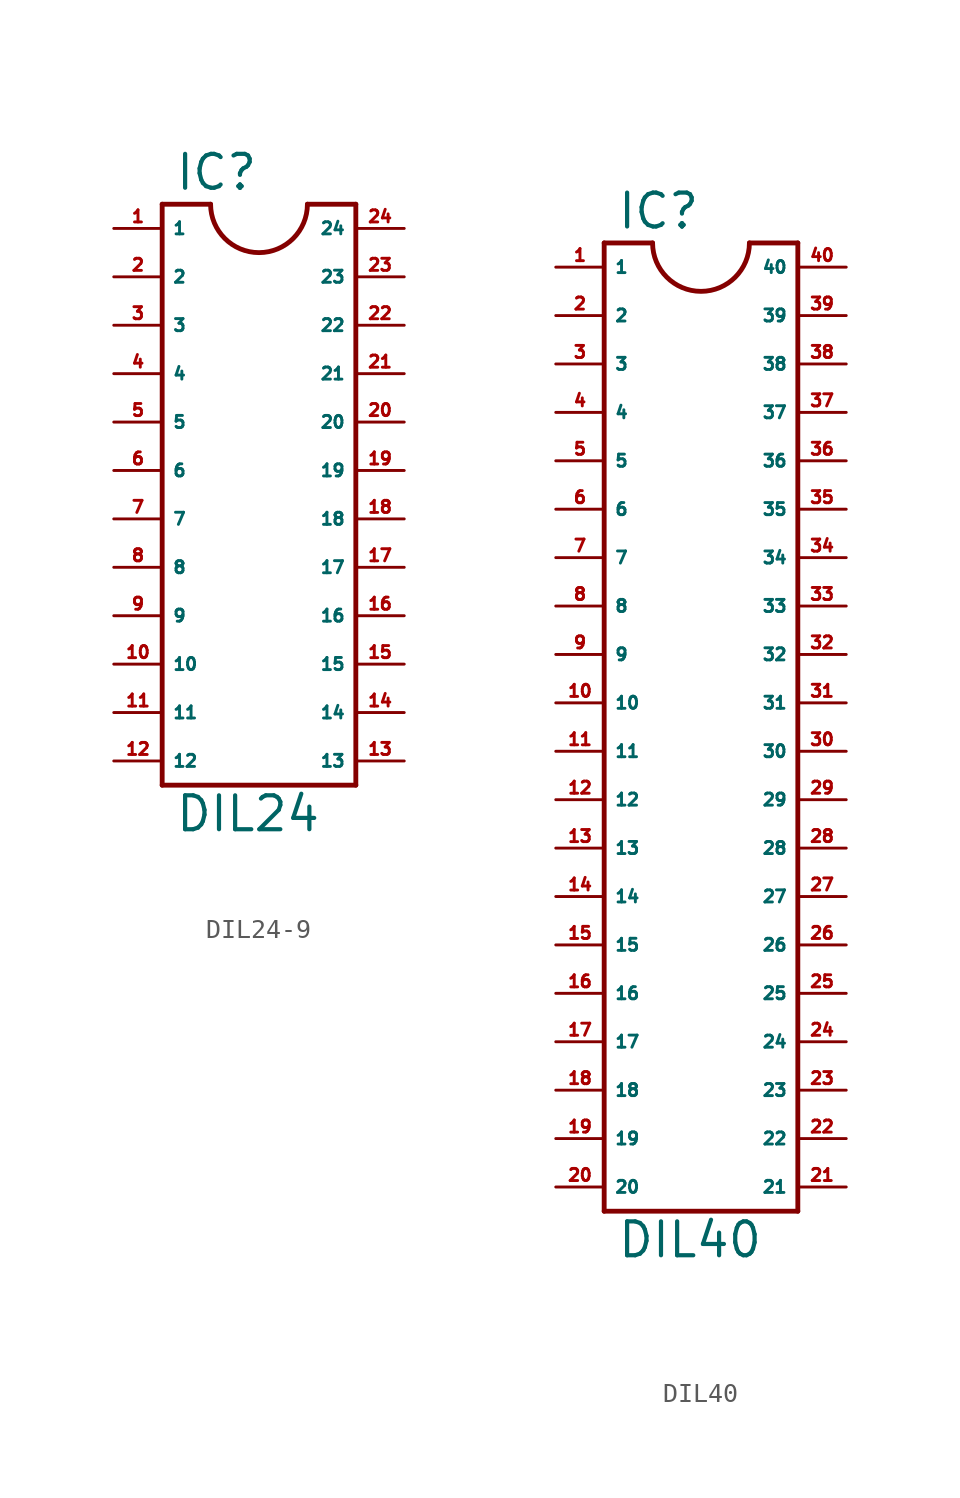
<source format=kicad_sym>
(kicad_symbol_lib
  (version 20220914)
  (generator Eagle2Kicad)
  (symbol "DIL24-9"
    (property "Reference" "IC"
      (at -4.445 17.145 0)
      (effects (font (size 1.778 1.778) (thickness 0.22)) (justify left bottom)))
    (property "Value" "DIL24"
      (at -4.445 -16.51 0)
      (effects (font (size 1.778 1.778) (thickness 0.22)) (justify left bottom)))
    (polyline
      (pts (xy -5.08 16.51) (xy -5.08 -13.97))
      (stroke (width 0.254) (type default))
      (fill (type none)))
    (polyline
      (pts (xy -5.08 -13.97) (xy 5.08 -13.97))
      (stroke (width 0.254) (type default))
      (fill (type none)))
    (polyline
      (pts (xy 5.08 -13.97) (xy 5.08 16.51))
      (stroke (width 0.254) (type default))
      (fill (type none)))
    (polyline
      (pts (xy 5.08 16.51) (xy 2.54 16.51))
      (stroke (width 0.254) (type default))
      (fill (type none)))
    (polyline
      (pts (xy -5.08 16.51) (xy -2.54 16.51))
      (stroke (width 0.254) (type default))
      (fill (type none)))
    (arc
      (start -2.54 16.51)
      (mid 0.000 13.970)
      (end 2.54 16.51)
      (stroke (width 0.254) (type default))
      (fill (type none)))
    (pin passive line
      (at -7.62 15.24 0)
      (length 2.54)
      (name "1" (effects (font (size 0.635 0.635) (thickness 0.08)) (justify left bottom)))
      (number "1" (effects (font (size 0.635 0.635) (thickness 0.08)) (justify left bottom))))
    (pin passive line
      (at -7.62 12.7 0)
      (length 2.54)
      (name "2" (effects (font (size 0.635 0.635) (thickness 0.08)) (justify left bottom)))
      (number "2" (effects (font (size 0.635 0.635) (thickness 0.08)) (justify left bottom))))
    (pin passive line
      (at -7.62 10.16 0)
      (length 2.54)
      (name "3" (effects (font (size 0.635 0.635) (thickness 0.08)) (justify left bottom)))
      (number "3" (effects (font (size 0.635 0.635) (thickness 0.08)) (justify left bottom))))
    (pin passive line
      (at -7.62 7.62 0)
      (length 2.54)
      (name "4" (effects (font (size 0.635 0.635) (thickness 0.08)) (justify left bottom)))
      (number "4" (effects (font (size 0.635 0.635) (thickness 0.08)) (justify left bottom))))
    (pin passive line
      (at -7.62 5.08 0)
      (length 2.54)
      (name "5" (effects (font (size 0.635 0.635) (thickness 0.08)) (justify left bottom)))
      (number "5" (effects (font (size 0.635 0.635) (thickness 0.08)) (justify left bottom))))
    (pin passive line
      (at -7.62 2.54 0)
      (length 2.54)
      (name "6" (effects (font (size 0.635 0.635) (thickness 0.08)) (justify left bottom)))
      (number "6" (effects (font (size 0.635 0.635) (thickness 0.08)) (justify left bottom))))
    (pin passive line
      (at -7.62 0 0)
      (length 2.54)
      (name "7" (effects (font (size 0.635 0.635) (thickness 0.08)) (justify left bottom)))
      (number "7" (effects (font (size 0.635 0.635) (thickness 0.08)) (justify left bottom))))
    (pin passive line
      (at -7.62 -2.54 0)
      (length 2.54)
      (name "8" (effects (font (size 0.635 0.635) (thickness 0.08)) (justify left bottom)))
      (number "8" (effects (font (size 0.635 0.635) (thickness 0.08)) (justify left bottom))))
    (pin passive line
      (at -7.62 -5.08 0)
      (length 2.54)
      (name "9" (effects (font (size 0.635 0.635) (thickness 0.08)) (justify left bottom)))
      (number "9" (effects (font (size 0.635 0.635) (thickness 0.08)) (justify left bottom))))
    (pin passive line
      (at -7.62 -7.62 0)
      (length 2.54)
      (name "10" (effects (font (size 0.635 0.635) (thickness 0.08)) (justify left bottom)))
      (number "10" (effects (font (size 0.635 0.635) (thickness 0.08)) (justify left bottom))))
    (pin passive line
      (at -7.62 -10.16 0)
      (length 2.54)
      (name "11" (effects (font (size 0.635 0.635) (thickness 0.08)) (justify left bottom)))
      (number "11" (effects (font (size 0.635 0.635) (thickness 0.08)) (justify left bottom))))
    (pin passive line
      (at -7.62 -12.7 0)
      (length 2.54)
      (name "12" (effects (font (size 0.635 0.635) (thickness 0.08)) (justify left bottom)))
      (number "12" (effects (font (size 0.635 0.635) (thickness 0.08)) (justify left bottom))))
    (pin passive line
      (at 7.62 -12.7 180)
      (length 2.54)
      (name "13" (effects (font (size 0.635 0.635) (thickness 0.08)) (justify left bottom)))
      (number "13" (effects (font (size 0.635 0.635) (thickness 0.08)) (justify left bottom))))
    (pin passive line
      (at 7.62 -10.16 180)
      (length 2.54)
      (name "14" (effects (font (size 0.635 0.635) (thickness 0.08)) (justify left bottom)))
      (number "14" (effects (font (size 0.635 0.635) (thickness 0.08)) (justify left bottom))))
    (pin passive line
      (at 7.62 -7.62 180)
      (length 2.54)
      (name "15" (effects (font (size 0.635 0.635) (thickness 0.08)) (justify left bottom)))
      (number "15" (effects (font (size 0.635 0.635) (thickness 0.08)) (justify left bottom))))
    (pin passive line
      (at 7.62 -5.08 180)
      (length 2.54)
      (name "16" (effects (font (size 0.635 0.635) (thickness 0.08)) (justify left bottom)))
      (number "16" (effects (font (size 0.635 0.635) (thickness 0.08)) (justify left bottom))))
    (pin passive line
      (at 7.62 -2.54 180)
      (length 2.54)
      (name "17" (effects (font (size 0.635 0.635) (thickness 0.08)) (justify left bottom)))
      (number "17" (effects (font (size 0.635 0.635) (thickness 0.08)) (justify left bottom))))
    (pin passive line
      (at 7.62 0 180)
      (length 2.54)
      (name "18" (effects (font (size 0.635 0.635) (thickness 0.08)) (justify left bottom)))
      (number "18" (effects (font (size 0.635 0.635) (thickness 0.08)) (justify left bottom))))
    (pin passive line
      (at 7.62 2.54 180)
      (length 2.54)
      (name "19" (effects (font (size 0.635 0.635) (thickness 0.08)) (justify left bottom)))
      (number "19" (effects (font (size 0.635 0.635) (thickness 0.08)) (justify left bottom))))
    (pin passive line
      (at 7.62 5.08 180)
      (length 2.54)
      (name "20" (effects (font (size 0.635 0.635) (thickness 0.08)) (justify left bottom)))
      (number "20" (effects (font (size 0.635 0.635) (thickness 0.08)) (justify left bottom))))
    (pin passive line
      (at 7.62 7.62 180)
      (length 2.54)
      (name "21" (effects (font (size 0.635 0.635) (thickness 0.08)) (justify left bottom)))
      (number "21" (effects (font (size 0.635 0.635) (thickness 0.08)) (justify left bottom))))
    (pin passive line
      (at 7.62 10.16 180)
      (length 2.54)
      (name "22" (effects (font (size 0.635 0.635) (thickness 0.08)) (justify left bottom)))
      (number "22" (effects (font (size 0.635 0.635) (thickness 0.08)) (justify left bottom))))
    (pin passive line
      (at 7.62 12.7 180)
      (length 2.54)
      (name "23" (effects (font (size 0.635 0.635) (thickness 0.08)) (justify left bottom)))
      (number "23" (effects (font (size 0.635 0.635) (thickness 0.08)) (justify left bottom))))
    (pin passive line
      (at 7.62 15.24 180)
      (length 2.54)
      (name "24" (effects (font (size 0.635 0.635) (thickness 0.08)) (justify left bottom)))
      (number "24" (effects (font (size 0.635 0.635) (thickness 0.08)) (justify left bottom)))))
  (symbol "DIL40"
    (property "Reference" "IC"
      (at -4.445 24.765 0)
      (effects (font (size 1.778 1.778) (thickness 0.22)) (justify left bottom)))
    (property "Value" "DIL40"
      (at -4.445 -29.21 0)
      (effects (font (size 1.778 1.778) (thickness 0.22)) (justify left bottom)))
    (polyline
      (pts (xy -5.08 24.13) (xy -5.08 -26.67))
      (stroke (width 0.254) (type default))
      (fill (type none)))
    (polyline
      (pts (xy -5.08 -26.67) (xy 5.08 -26.67))
      (stroke (width 0.254) (type default))
      (fill (type none)))
    (polyline
      (pts (xy 5.08 -26.67) (xy 5.08 24.13))
      (stroke (width 0.254) (type default))
      (fill (type none)))
    (polyline
      (pts (xy 5.08 24.13) (xy 2.54 24.13))
      (stroke (width 0.254) (type default))
      (fill (type none)))
    (polyline
      (pts (xy -5.08 24.13) (xy -2.54 24.13))
      (stroke (width 0.254) (type default))
      (fill (type none)))
    (arc
      (start -2.54 24.13)
      (mid 0.000 21.590)
      (end 2.54 24.13)
      (stroke (width 0.254) (type default))
      (fill (type none)))
    (pin passive line
      (at -7.62 22.86 0)
      (length 2.54)
      (name "1" (effects (font (size 0.635 0.635) (thickness 0.08)) (justify left bottom)))
      (number "1" (effects (font (size 0.635 0.635) (thickness 0.08)) (justify left bottom))))
    (pin passive line
      (at -7.62 20.32 0)
      (length 2.54)
      (name "2" (effects (font (size 0.635 0.635) (thickness 0.08)) (justify left bottom)))
      (number "2" (effects (font (size 0.635 0.635) (thickness 0.08)) (justify left bottom))))
    (pin passive line
      (at -7.62 17.78 0)
      (length 2.54)
      (name "3" (effects (font (size 0.635 0.635) (thickness 0.08)) (justify left bottom)))
      (number "3" (effects (font (size 0.635 0.635) (thickness 0.08)) (justify left bottom))))
    (pin passive line
      (at -7.62 15.24 0)
      (length 2.54)
      (name "4" (effects (font (size 0.635 0.635) (thickness 0.08)) (justify left bottom)))
      (number "4" (effects (font (size 0.635 0.635) (thickness 0.08)) (justify left bottom))))
    (pin passive line
      (at -7.62 12.7 0)
      (length 2.54)
      (name "5" (effects (font (size 0.635 0.635) (thickness 0.08)) (justify left bottom)))
      (number "5" (effects (font (size 0.635 0.635) (thickness 0.08)) (justify left bottom))))
    (pin passive line
      (at -7.62 10.16 0)
      (length 2.54)
      (name "6" (effects (font (size 0.635 0.635) (thickness 0.08)) (justify left bottom)))
      (number "6" (effects (font (size 0.635 0.635) (thickness 0.08)) (justify left bottom))))
    (pin passive line
      (at -7.62 7.62 0)
      (length 2.54)
      (name "7" (effects (font (size 0.635 0.635) (thickness 0.08)) (justify left bottom)))
      (number "7" (effects (font (size 0.635 0.635) (thickness 0.08)) (justify left bottom))))
    (pin passive line
      (at -7.62 5.08 0)
      (length 2.54)
      (name "8" (effects (font (size 0.635 0.635) (thickness 0.08)) (justify left bottom)))
      (number "8" (effects (font (size 0.635 0.635) (thickness 0.08)) (justify left bottom))))
    (pin passive line
      (at -7.62 2.54 0)
      (length 2.54)
      (name "9" (effects (font (size 0.635 0.635) (thickness 0.08)) (justify left bottom)))
      (number "9" (effects (font (size 0.635 0.635) (thickness 0.08)) (justify left bottom))))
    (pin passive line
      (at -7.62 0 0)
      (length 2.54)
      (name "10" (effects (font (size 0.635 0.635) (thickness 0.08)) (justify left bottom)))
      (number "10" (effects (font (size 0.635 0.635) (thickness 0.08)) (justify left bottom))))
    (pin passive line
      (at -7.62 -2.54 0)
      (length 2.54)
      (name "11" (effects (font (size 0.635 0.635) (thickness 0.08)) (justify left bottom)))
      (number "11" (effects (font (size 0.635 0.635) (thickness 0.08)) (justify left bottom))))
    (pin passive line
      (at -7.62 -5.08 0)
      (length 2.54)
      (name "12" (effects (font (size 0.635 0.635) (thickness 0.08)) (justify left bottom)))
      (number "12" (effects (font (size 0.635 0.635) (thickness 0.08)) (justify left bottom))))
    (pin passive line
      (at -7.62 -7.62 0)
      (length 2.54)
      (name "13" (effects (font (size 0.635 0.635) (thickness 0.08)) (justify left bottom)))
      (number "13" (effects (font (size 0.635 0.635) (thickness 0.08)) (justify left bottom))))
    (pin passive line
      (at -7.62 -10.16 0)
      (length 2.54)
      (name "14" (effects (font (size 0.635 0.635) (thickness 0.08)) (justify left bottom)))
      (number "14" (effects (font (size 0.635 0.635) (thickness 0.08)) (justify left bottom))))
    (pin passive line
      (at -7.62 -12.7 0)
      (length 2.54)
      (name "15" (effects (font (size 0.635 0.635) (thickness 0.08)) (justify left bottom)))
      (number "15" (effects (font (size 0.635 0.635) (thickness 0.08)) (justify left bottom))))
    (pin passive line
      (at -7.62 -15.24 0)
      (length 2.54)
      (name "16" (effects (font (size 0.635 0.635) (thickness 0.08)) (justify left bottom)))
      (number "16" (effects (font (size 0.635 0.635) (thickness 0.08)) (justify left bottom))))
    (pin passive line
      (at -7.62 -17.78 0)
      (length 2.54)
      (name "17" (effects (font (size 0.635 0.635) (thickness 0.08)) (justify left bottom)))
      (number "17" (effects (font (size 0.635 0.635) (thickness 0.08)) (justify left bottom))))
    (pin passive line
      (at -7.62 -20.32 0)
      (length 2.54)
      (name "18" (effects (font (size 0.635 0.635) (thickness 0.08)) (justify left bottom)))
      (number "18" (effects (font (size 0.635 0.635) (thickness 0.08)) (justify left bottom))))
    (pin passive line
      (at -7.62 -22.86 0)
      (length 2.54)
      (name "19" (effects (font (size 0.635 0.635) (thickness 0.08)) (justify left bottom)))
      (number "19" (effects (font (size 0.635 0.635) (thickness 0.08)) (justify left bottom))))
    (pin passive line
      (at -7.62 -25.4 0)
      (length 2.54)
      (name "20" (effects (font (size 0.635 0.635) (thickness 0.08)) (justify left bottom)))
      (number "20" (effects (font (size 0.635 0.635) (thickness 0.08)) (justify left bottom))))
    (pin passive line
      (at 7.62 -25.4 180)
      (length 2.54)
      (name "21" (effects (font (size 0.635 0.635) (thickness 0.08)) (justify left bottom)))
      (number "21" (effects (font (size 0.635 0.635) (thickness 0.08)) (justify left bottom))))
    (pin passive line
      (at 7.62 -22.86 180)
      (length 2.54)
      (name "22" (effects (font (size 0.635 0.635) (thickness 0.08)) (justify left bottom)))
      (number "22" (effects (font (size 0.635 0.635) (thickness 0.08)) (justify left bottom))))
    (pin passive line
      (at 7.62 -20.32 180)
      (length 2.54)
      (name "23" (effects (font (size 0.635 0.635) (thickness 0.08)) (justify left bottom)))
      (number "23" (effects (font (size 0.635 0.635) (thickness 0.08)) (justify left bottom))))
    (pin passive line
      (at 7.62 -17.78 180)
      (length 2.54)
      (name "24" (effects (font (size 0.635 0.635) (thickness 0.08)) (justify left bottom)))
      (number "24" (effects (font (size 0.635 0.635) (thickness 0.08)) (justify left bottom))))
    (pin passive line
      (at 7.62 -15.24 180)
      (length 2.54)
      (name "25" (effects (font (size 0.635 0.635) (thickness 0.08)) (justify left bottom)))
      (number "25" (effects (font (size 0.635 0.635) (thickness 0.08)) (justify left bottom))))
    (pin passive line
      (at 7.62 -12.7 180)
      (length 2.54)
      (name "26" (effects (font (size 0.635 0.635) (thickness 0.08)) (justify left bottom)))
      (number "26" (effects (font (size 0.635 0.635) (thickness 0.08)) (justify left bottom))))
    (pin passive line
      (at 7.62 -10.16 180)
      (length 2.54)
      (name "27" (effects (font (size 0.635 0.635) (thickness 0.08)) (justify left bottom)))
      (number "27" (effects (font (size 0.635 0.635) (thickness 0.08)) (justify left bottom))))
    (pin passive line
      (at 7.62 -7.62 180)
      (length 2.54)
      (name "28" (effects (font (size 0.635 0.635) (thickness 0.08)) (justify left bottom)))
      (number "28" (effects (font (size 0.635 0.635) (thickness 0.08)) (justify left bottom))))
    (pin passive line
      (at 7.62 -5.08 180)
      (length 2.54)
      (name "29" (effects (font (size 0.635 0.635) (thickness 0.08)) (justify left bottom)))
      (number "29" (effects (font (size 0.635 0.635) (thickness 0.08)) (justify left bottom))))
    (pin passive line
      (at 7.62 -2.54 180)
      (length 2.54)
      (name "30" (effects (font (size 0.635 0.635) (thickness 0.08)) (justify left bottom)))
      (number "30" (effects (font (size 0.635 0.635) (thickness 0.08)) (justify left bottom))))
    (pin passive line
      (at 7.62 0 180)
      (length 2.54)
      (name "31" (effects (font (size 0.635 0.635) (thickness 0.08)) (justify left bottom)))
      (number "31" (effects (font (size 0.635 0.635) (thickness 0.08)) (justify left bottom))))
    (pin passive line
      (at 7.62 2.54 180)
      (length 2.54)
      (name "32" (effects (font (size 0.635 0.635) (thickness 0.08)) (justify left bottom)))
      (number "32" (effects (font (size 0.635 0.635) (thickness 0.08)) (justify left bottom))))
    (pin passive line
      (at 7.62 5.08 180)
      (length 2.54)
      (name "33" (effects (font (size 0.635 0.635) (thickness 0.08)) (justify left bottom)))
      (number "33" (effects (font (size 0.635 0.635) (thickness 0.08)) (justify left bottom))))
    (pin passive line
      (at 7.62 7.62 180)
      (length 2.54)
      (name "34" (effects (font (size 0.635 0.635) (thickness 0.08)) (justify left bottom)))
      (number "34" (effects (font (size 0.635 0.635) (thickness 0.08)) (justify left bottom))))
    (pin passive line
      (at 7.62 10.16 180)
      (length 2.54)
      (name "35" (effects (font (size 0.635 0.635) (thickness 0.08)) (justify left bottom)))
      (number "35" (effects (font (size 0.635 0.635) (thickness 0.08)) (justify left bottom))))
    (pin passive line
      (at 7.62 12.7 180)
      (length 2.54)
      (name "36" (effects (font (size 0.635 0.635) (thickness 0.08)) (justify left bottom)))
      (number "36" (effects (font (size 0.635 0.635) (thickness 0.08)) (justify left bottom))))
    (pin passive line
      (at 7.62 15.24 180)
      (length 2.54)
      (name "37" (effects (font (size 0.635 0.635) (thickness 0.08)) (justify left bottom)))
      (number "37" (effects (font (size 0.635 0.635) (thickness 0.08)) (justify left bottom))))
    (pin passive line
      (at 7.62 17.78 180)
      (length 2.54)
      (name "38" (effects (font (size 0.635 0.635) (thickness 0.08)) (justify left bottom)))
      (number "38" (effects (font (size 0.635 0.635) (thickness 0.08)) (justify left bottom))))
    (pin passive line
      (at 7.62 20.32 180)
      (length 2.54)
      (name "39" (effects (font (size 0.635 0.635) (thickness 0.08)) (justify left bottom)))
      (number "39" (effects (font (size 0.635 0.635) (thickness 0.08)) (justify left bottom))))
    (pin passive line
      (at 7.62 22.86 180)
      (length 2.54)
      (name "40" (effects (font (size 0.635 0.635) (thickness 0.08)) (justify left bottom)))
      (number "40" (effects (font (size 0.635 0.635) (thickness 0.08)) (justify left bottom))))))
</source>
